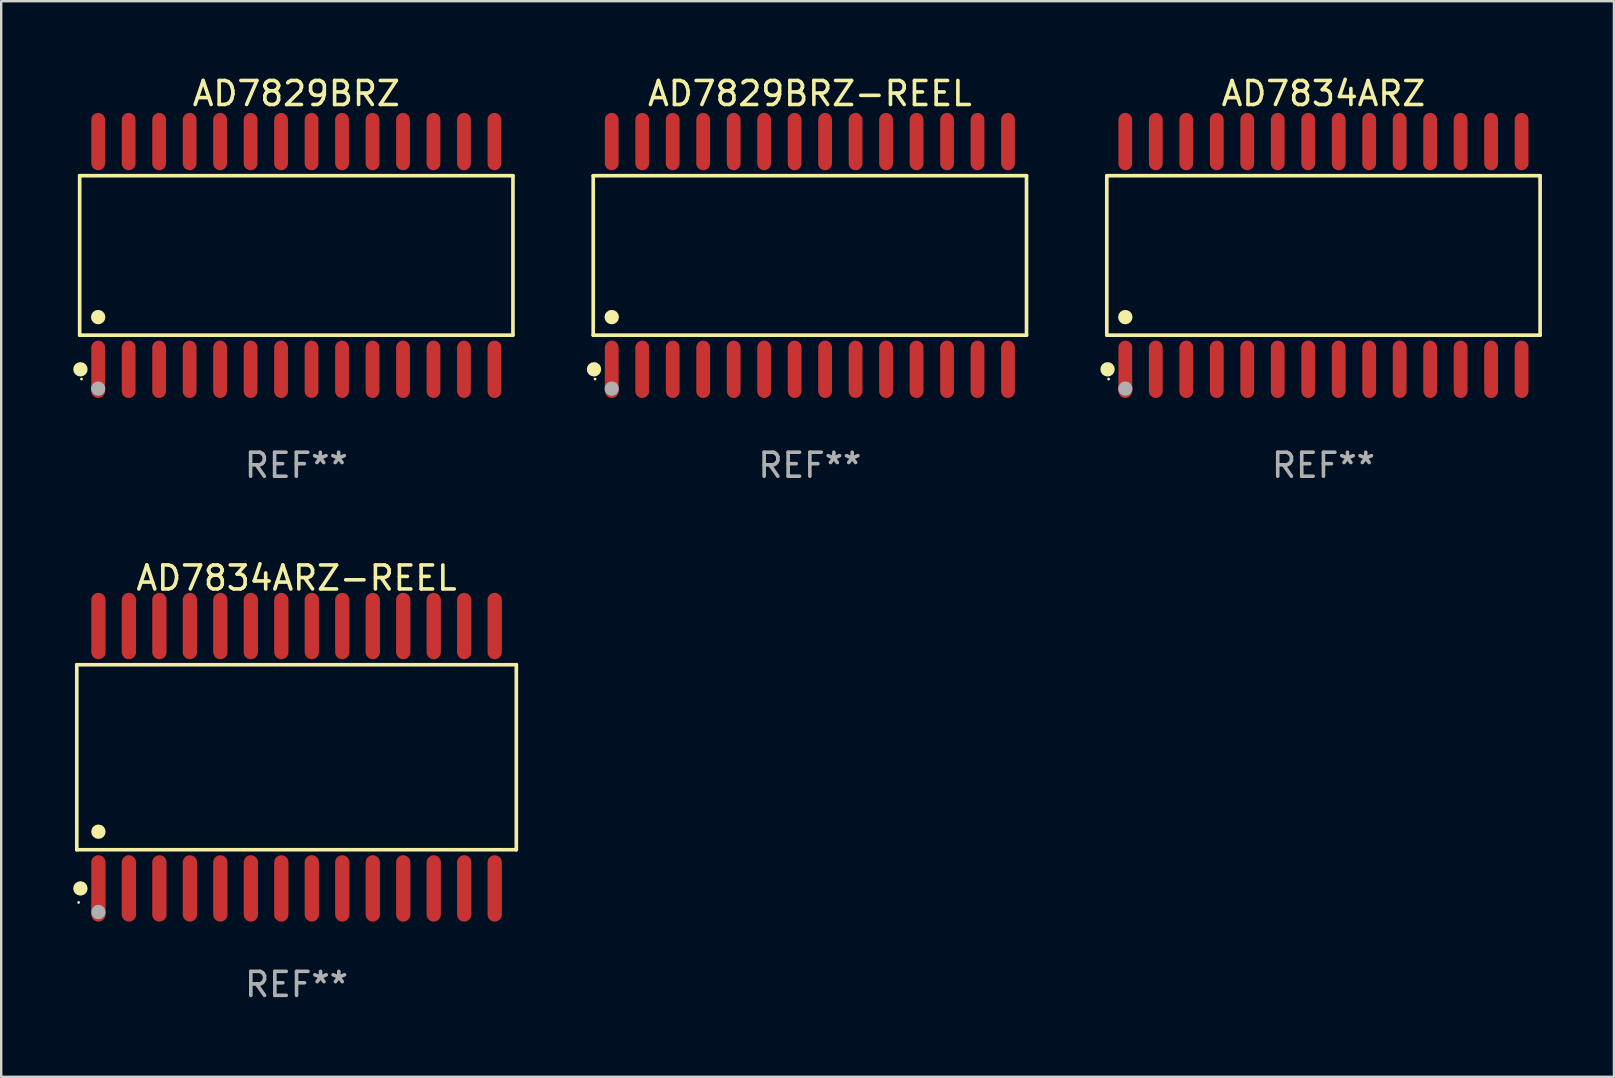
<source format=kicad_pcb>
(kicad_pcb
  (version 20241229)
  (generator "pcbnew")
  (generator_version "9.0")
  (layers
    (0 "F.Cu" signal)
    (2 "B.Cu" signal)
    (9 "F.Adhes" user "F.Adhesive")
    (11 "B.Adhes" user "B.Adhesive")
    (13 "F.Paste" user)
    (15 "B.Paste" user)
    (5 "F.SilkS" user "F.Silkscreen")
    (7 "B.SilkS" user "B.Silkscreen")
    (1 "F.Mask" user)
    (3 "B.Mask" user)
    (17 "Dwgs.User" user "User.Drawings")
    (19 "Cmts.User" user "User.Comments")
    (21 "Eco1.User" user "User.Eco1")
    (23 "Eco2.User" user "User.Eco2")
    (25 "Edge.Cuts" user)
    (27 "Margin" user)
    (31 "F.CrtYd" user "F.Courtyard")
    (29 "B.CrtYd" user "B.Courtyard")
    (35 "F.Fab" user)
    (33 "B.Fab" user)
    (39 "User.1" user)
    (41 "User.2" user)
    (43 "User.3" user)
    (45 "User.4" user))
  (footprint "AD7834ARZ"
    (layer "F.Cu")
    (at 52.088 7.592)
    (property "Reference" "AD7834ARZ" (at 0 -6.744 0) (layer "F.SilkS") (effects (font (size 1 1) (thickness 0.15))))
    (attr through_hole)
    (fp_line (start -9.026 -3.321) (end 9.026 -3.321) (stroke (width 0.152) (type solid)) (layer "F.SilkS"))
    (fp_line (start -9.026 3.321) (end -9.026 -3.321) (stroke (width 0.152) (type solid)) (layer "F.SilkS"))
    (fp_line (start 9.026 -3.321) (end 9.026 3.321) (stroke (width 0.152) (type solid)) (layer "F.SilkS"))
    (fp_line (start 9.026 3.321) (end -9.026 3.321) (stroke (width 0.152) (type solid)) (layer "F.SilkS"))
    (fp_circle (center -8.994 4.744) (end -8.844 4.744) (stroke (width 0.3) (type solid)) (fill no) (layer "F.SilkS"))
    (fp_circle (center -8.95 5.15) (end -8.92 5.15) (stroke (width 0.06) (type solid)) (fill no) (layer "F.SilkS"))
    (fp_circle (center -8.255 2.569) (end -8.105 2.569) (stroke (width 0.3) (type solid)) (fill no) (layer "F.SilkS"))
    (fp_circle (center -8.255 5.55) (end -8.105 5.55) (stroke (width 0.3) (type solid)) (fill no) (layer "F.Fab"))
    (fp_text user "REF**" (at 0 8.744 0) (layer "F.Fab") (effects (font (size 1 1) (thickness 0.15))))
    (pad "1" smd oval (at -8.255 4.744) (size 0.574 2.388) (layers "F.Cu" "F.Mask" "F.Paste"))
    (pad "2" smd oval (at -6.985 4.744) (size 0.574 2.388) (layers "F.Cu" "F.Mask" "F.Paste"))
    (pad "3" smd oval (at -5.715 4.744) (size 0.574 2.388) (layers "F.Cu" "F.Mask" "F.Paste"))
    (pad "4" smd oval (at -4.445 4.744) (size 0.574 2.388) (layers "F.Cu" "F.Mask" "F.Paste"))
    (pad "5" smd oval (at -3.175 4.744) (size 0.574 2.388) (layers "F.Cu" "F.Mask" "F.Paste"))
    (pad "6" smd oval (at -1.905 4.744) (size 0.574 2.388) (layers "F.Cu" "F.Mask" "F.Paste"))
    (pad "7" smd oval (at -0.635 4.744) (size 0.574 2.388) (layers "F.Cu" "F.Mask" "F.Paste"))
    (pad "8" smd oval (at 0.635 4.744) (size 0.574 2.388) (layers "F.Cu" "F.Mask" "F.Paste"))
    (pad "9" smd oval (at 1.905 4.744) (size 0.574 2.388) (layers "F.Cu" "F.Mask" "F.Paste"))
    (pad "10" smd oval (at 3.175 4.744) (size 0.574 2.388) (layers "F.Cu" "F.Mask" "F.Paste"))
    (pad "11" smd oval (at 4.445 4.744) (size 0.574 2.388) (layers "F.Cu" "F.Mask" "F.Paste"))
    (pad "12" smd oval (at 5.715 4.744) (size 0.574 2.388) (layers "F.Cu" "F.Mask" "F.Paste"))
    (pad "13" smd oval (at 6.985 4.744) (size 0.574 2.388) (layers "F.Cu" "F.Mask" "F.Paste"))
    (pad "14" smd oval (at 8.255 4.744) (size 0.574 2.388) (layers "F.Cu" "F.Mask" "F.Paste"))
    (pad "15" smd oval (at 8.255 -4.744) (size 0.574 2.388) (layers "F.Cu" "F.Mask" "F.Paste"))
    (pad "16" smd oval (at 6.985 -4.744) (size 0.574 2.388) (layers "F.Cu" "F.Mask" "F.Paste"))
    (pad "17" smd oval (at 5.715 -4.744) (size 0.574 2.388) (layers "F.Cu" "F.Mask" "F.Paste"))
    (pad "18" smd oval (at 4.445 -4.744) (size 0.574 2.388) (layers "F.Cu" "F.Mask" "F.Paste"))
    (pad "19" smd oval (at 3.175 -4.744) (size 0.574 2.388) (layers "F.Cu" "F.Mask" "F.Paste"))
    (pad "20" smd oval (at 1.905 -4.744) (size 0.574 2.388) (layers "F.Cu" "F.Mask" "F.Paste"))
    (pad "21" smd oval (at 0.635 -4.744) (size 0.574 2.388) (layers "F.Cu" "F.Mask" "F.Paste"))
    (pad "22" smd oval (at -0.635 -4.744) (size 0.574 2.388) (layers "F.Cu" "F.Mask" "F.Paste"))
    (pad "23" smd oval (at -1.905 -4.744) (size 0.574 2.388) (layers "F.Cu" "F.Mask" "F.Paste"))
    (pad "24" smd oval (at -3.175 -4.744) (size 0.574 2.388) (layers "F.Cu" "F.Mask" "F.Paste"))
    (pad "25" smd oval (at -4.445 -4.744) (size 0.574 2.388) (layers "F.Cu" "F.Mask" "F.Paste"))
    (pad "26" smd oval (at -5.715 -4.744) (size 0.574 2.388) (layers "F.Cu" "F.Mask" "F.Paste"))
    (pad "27" smd oval (at -6.985 -4.744) (size 0.574 2.388) (layers "F.Cu" "F.Mask" "F.Paste"))
    (pad "28" smd oval (at -8.255 -4.744) (size 0.574 2.388) (layers "F.Cu" "F.Mask" "F.Paste")))
  (footprint "AD7829BRZ"
    (layer "F.Cu")
    (at 9.295 7.592)
    (property "Reference" "AD7829BRZ" (at 0 -6.744 0) (layer "F.SilkS") (effects (font (size 1 1) (thickness 0.15))))
    (attr through_hole)
    (fp_line (start -9.026 -3.321) (end 9.026 -3.321) (stroke (width 0.152) (type solid)) (layer "F.SilkS"))
    (fp_line (start -9.026 3.321) (end -9.026 -3.321) (stroke (width 0.152) (type solid)) (layer "F.SilkS"))
    (fp_line (start 9.026 -3.321) (end 9.026 3.321) (stroke (width 0.152) (type solid)) (layer "F.SilkS"))
    (fp_line (start 9.026 3.321) (end -9.026 3.321) (stroke (width 0.152) (type solid)) (layer "F.SilkS"))
    (fp_circle (center -8.994 4.744) (end -8.844 4.744) (stroke (width 0.3) (type solid)) (fill no) (layer "F.SilkS"))
    (fp_circle (center -8.95 5.15) (end -8.92 5.15) (stroke (width 0.06) (type solid)) (fill no) (layer "F.SilkS"))
    (fp_circle (center -8.255 2.569) (end -8.105 2.569) (stroke (width 0.3) (type solid)) (fill no) (layer "F.SilkS"))
    (fp_circle (center -8.255 5.55) (end -8.105 5.55) (stroke (width 0.3) (type solid)) (fill no) (layer "F.Fab"))
    (fp_text user "REF**" (at 0 8.744 0) (layer "F.Fab") (effects (font (size 1 1) (thickness 0.15))))
    (pad "1" smd oval (at -8.255 4.744) (size 0.574 2.388) (layers "F.Cu" "F.Mask" "F.Paste"))
    (pad "2" smd oval (at -6.985 4.744) (size 0.574 2.388) (layers "F.Cu" "F.Mask" "F.Paste"))
    (pad "3" smd oval (at -5.715 4.744) (size 0.574 2.388) (layers "F.Cu" "F.Mask" "F.Paste"))
    (pad "4" smd oval (at -4.445 4.744) (size 0.574 2.388) (layers "F.Cu" "F.Mask" "F.Paste"))
    (pad "5" smd oval (at -3.175 4.744) (size 0.574 2.388) (layers "F.Cu" "F.Mask" "F.Paste"))
    (pad "6" smd oval (at -1.905 4.744) (size 0.574 2.388) (layers "F.Cu" "F.Mask" "F.Paste"))
    (pad "7" smd oval (at -0.635 4.744) (size 0.574 2.388) (layers "F.Cu" "F.Mask" "F.Paste"))
    (pad "8" smd oval (at 0.635 4.744) (size 0.574 2.388) (layers "F.Cu" "F.Mask" "F.Paste"))
    (pad "9" smd oval (at 1.905 4.744) (size 0.574 2.388) (layers "F.Cu" "F.Mask" "F.Paste"))
    (pad "10" smd oval (at 3.175 4.744) (size 0.574 2.388) (layers "F.Cu" "F.Mask" "F.Paste"))
    (pad "11" smd oval (at 4.445 4.744) (size 0.574 2.388) (layers "F.Cu" "F.Mask" "F.Paste"))
    (pad "12" smd oval (at 5.715 4.744) (size 0.574 2.388) (layers "F.Cu" "F.Mask" "F.Paste"))
    (pad "13" smd oval (at 6.985 4.744) (size 0.574 2.388) (layers "F.Cu" "F.Mask" "F.Paste"))
    (pad "14" smd oval (at 8.255 4.744) (size 0.574 2.388) (layers "F.Cu" "F.Mask" "F.Paste"))
    (pad "15" smd oval (at 8.255 -4.744) (size 0.574 2.388) (layers "F.Cu" "F.Mask" "F.Paste"))
    (pad "16" smd oval (at 6.985 -4.744) (size 0.574 2.388) (layers "F.Cu" "F.Mask" "F.Paste"))
    (pad "17" smd oval (at 5.715 -4.744) (size 0.574 2.388) (layers "F.Cu" "F.Mask" "F.Paste"))
    (pad "18" smd oval (at 4.445 -4.744) (size 0.574 2.388) (layers "F.Cu" "F.Mask" "F.Paste"))
    (pad "19" smd oval (at 3.175 -4.744) (size 0.574 2.388) (layers "F.Cu" "F.Mask" "F.Paste"))
    (pad "20" smd oval (at 1.905 -4.744) (size 0.574 2.388) (layers "F.Cu" "F.Mask" "F.Paste"))
    (pad "21" smd oval (at 0.635 -4.744) (size 0.574 2.388) (layers "F.Cu" "F.Mask" "F.Paste"))
    (pad "22" smd oval (at -0.635 -4.744) (size 0.574 2.388) (layers "F.Cu" "F.Mask" "F.Paste"))
    (pad "23" smd oval (at -1.905 -4.744) (size 0.574 2.388) (layers "F.Cu" "F.Mask" "F.Paste"))
    (pad "24" smd oval (at -3.175 -4.744) (size 0.574 2.388) (layers "F.Cu" "F.Mask" "F.Paste"))
    (pad "25" smd oval (at -4.445 -4.744) (size 0.574 2.388) (layers "F.Cu" "F.Mask" "F.Paste"))
    (pad "26" smd oval (at -5.715 -4.744) (size 0.574 2.388) (layers "F.Cu" "F.Mask" "F.Paste"))
    (pad "27" smd oval (at -6.985 -4.744) (size 0.574 2.388) (layers "F.Cu" "F.Mask" "F.Paste"))
    (pad "28" smd oval (at -8.255 -4.744) (size 0.574 2.388) (layers "F.Cu" "F.Mask" "F.Paste")))
  (footprint "AD7829BRZ-REEL"
    (layer "F.Cu")
    (at 30.691 7.592)
    (property "Reference" "AD7829BRZ-REEL" (at 0 -6.744 0) (layer "F.SilkS") (effects (font (size 1 1) (thickness 0.15))))
    (attr through_hole)
    (fp_line (start -9.026 -3.321) (end 9.026 -3.321) (stroke (width 0.152) (type solid)) (layer "F.SilkS"))
    (fp_line (start -9.026 3.321) (end -9.026 -3.321) (stroke (width 0.152) (type solid)) (layer "F.SilkS"))
    (fp_line (start 9.026 -3.321) (end 9.026 3.321) (stroke (width 0.152) (type solid)) (layer "F.SilkS"))
    (fp_line (start 9.026 3.321) (end -9.026 3.321) (stroke (width 0.152) (type solid)) (layer "F.SilkS"))
    (fp_circle (center -8.994 4.744) (end -8.844 4.744) (stroke (width 0.3) (type solid)) (fill no) (layer "F.SilkS"))
    (fp_circle (center -8.95 5.15) (end -8.92 5.15) (stroke (width 0.06) (type solid)) (fill no) (layer "F.SilkS"))
    (fp_circle (center -8.255 2.569) (end -8.105 2.569) (stroke (width 0.3) (type solid)) (fill no) (layer "F.SilkS"))
    (fp_circle (center -8.255 5.55) (end -8.105 5.55) (stroke (width 0.3) (type solid)) (fill no) (layer "F.Fab"))
    (fp_text user "REF**" (at 0 8.744 0) (layer "F.Fab") (effects (font (size 1 1) (thickness 0.15))))
    (pad "1" smd oval (at -8.255 4.744) (size 0.574 2.388) (layers "F.Cu" "F.Mask" "F.Paste"))
    (pad "2" smd oval (at -6.985 4.744) (size 0.574 2.388) (layers "F.Cu" "F.Mask" "F.Paste"))
    (pad "3" smd oval (at -5.715 4.744) (size 0.574 2.388) (layers "F.Cu" "F.Mask" "F.Paste"))
    (pad "4" smd oval (at -4.445 4.744) (size 0.574 2.388) (layers "F.Cu" "F.Mask" "F.Paste"))
    (pad "5" smd oval (at -3.175 4.744) (size 0.574 2.388) (layers "F.Cu" "F.Mask" "F.Paste"))
    (pad "6" smd oval (at -1.905 4.744) (size 0.574 2.388) (layers "F.Cu" "F.Mask" "F.Paste"))
    (pad "7" smd oval (at -0.635 4.744) (size 0.574 2.388) (layers "F.Cu" "F.Mask" "F.Paste"))
    (pad "8" smd oval (at 0.635 4.744) (size 0.574 2.388) (layers "F.Cu" "F.Mask" "F.Paste"))
    (pad "9" smd oval (at 1.905 4.744) (size 0.574 2.388) (layers "F.Cu" "F.Mask" "F.Paste"))
    (pad "10" smd oval (at 3.175 4.744) (size 0.574 2.388) (layers "F.Cu" "F.Mask" "F.Paste"))
    (pad "11" smd oval (at 4.445 4.744) (size 0.574 2.388) (layers "F.Cu" "F.Mask" "F.Paste"))
    (pad "12" smd oval (at 5.715 4.744) (size 0.574 2.388) (layers "F.Cu" "F.Mask" "F.Paste"))
    (pad "13" smd oval (at 6.985 4.744) (size 0.574 2.388) (layers "F.Cu" "F.Mask" "F.Paste"))
    (pad "14" smd oval (at 8.255 4.744) (size 0.574 2.388) (layers "F.Cu" "F.Mask" "F.Paste"))
    (pad "15" smd oval (at 8.255 -4.744) (size 0.574 2.388) (layers "F.Cu" "F.Mask" "F.Paste"))
    (pad "16" smd oval (at 6.985 -4.744) (size 0.574 2.388) (layers "F.Cu" "F.Mask" "F.Paste"))
    (pad "17" smd oval (at 5.715 -4.744) (size 0.574 2.388) (layers "F.Cu" "F.Mask" "F.Paste"))
    (pad "18" smd oval (at 4.445 -4.744) (size 0.574 2.388) (layers "F.Cu" "F.Mask" "F.Paste"))
    (pad "19" smd oval (at 3.175 -4.744) (size 0.574 2.388) (layers "F.Cu" "F.Mask" "F.Paste"))
    (pad "20" smd oval (at 1.905 -4.744) (size 0.574 2.388) (layers "F.Cu" "F.Mask" "F.Paste"))
    (pad "21" smd oval (at 0.635 -4.744) (size 0.574 2.388) (layers "F.Cu" "F.Mask" "F.Paste"))
    (pad "22" smd oval (at -0.635 -4.744) (size 0.574 2.388) (layers "F.Cu" "F.Mask" "F.Paste"))
    (pad "23" smd oval (at -1.905 -4.744) (size 0.574 2.388) (layers "F.Cu" "F.Mask" "F.Paste"))
    (pad "24" smd oval (at -3.175 -4.744) (size 0.574 2.388) (layers "F.Cu" "F.Mask" "F.Paste"))
    (pad "25" smd oval (at -4.445 -4.744) (size 0.574 2.388) (layers "F.Cu" "F.Mask" "F.Paste"))
    (pad "26" smd oval (at -5.715 -4.744) (size 0.574 2.388) (layers "F.Cu" "F.Mask" "F.Paste"))
    (pad "27" smd oval (at -6.985 -4.744) (size 0.574 2.388) (layers "F.Cu" "F.Mask" "F.Paste"))
    (pad "28" smd oval (at -8.255 -4.744) (size 0.574 2.388) (layers "F.Cu" "F.Mask" "F.Paste")))
  (footprint "AD7834ARZ-REEL"
    (layer "F.Cu")
    (at 9.305 28.498)
    (property "Reference" "AD7834ARZ-REEL" (at 0 -7.466 0) (layer "F.SilkS") (effects (font (size 1 1) (thickness 0.15))))
    (attr through_hole)
    (fp_line (start -9.156 -3.854) (end 9.156 -3.854) (stroke (width 0.152) (type solid)) (layer "F.SilkS"))
    (fp_line (start -9.156 3.854) (end -9.156 -3.854) (stroke (width 0.152) (type solid)) (layer "F.SilkS"))
    (fp_line (start 9.156 -3.854) (end 9.156 3.854) (stroke (width 0.152) (type solid)) (layer "F.SilkS"))
    (fp_line (start 9.156 3.854) (end -9.156 3.854) (stroke (width 0.152) (type solid)) (layer "F.SilkS"))
    (fp_circle (center -9.08 6.05) (end -9.05 6.05) (stroke (width 0.06) (type solid)) (fill no) (layer "F.SilkS"))
    (fp_circle (center -9.005 5.466) (end -8.855 5.466) (stroke (width 0.3) (type solid)) (fill no) (layer "F.SilkS"))
    (fp_circle (center -8.255 3.102) (end -8.105 3.102) (stroke (width 0.3) (type solid)) (fill no) (layer "F.SilkS"))
    (fp_circle (center -8.255 6.45) (end -8.105 6.45) (stroke (width 0.3) (type solid)) (fill no) (layer "F.Fab"))
    (fp_text user "REF**" (at 0 9.466 0) (layer "F.Fab") (effects (font (size 1 1) (thickness 0.15))))
    (pad "1" smd oval (at -8.255 5.466) (size 0.595 2.766) (layers "F.Cu" "F.Mask" "F.Paste"))
    (pad "2" smd oval (at -6.985 5.466) (size 0.595 2.766) (layers "F.Cu" "F.Mask" "F.Paste"))
    (pad "3" smd oval (at -5.715 5.466) (size 0.595 2.766) (layers "F.Cu" "F.Mask" "F.Paste"))
    (pad "4" smd oval (at -4.445 5.466) (size 0.595 2.766) (layers "F.Cu" "F.Mask" "F.Paste"))
    (pad "5" smd oval (at -3.175 5.466) (size 0.595 2.766) (layers "F.Cu" "F.Mask" "F.Paste"))
    (pad "6" smd oval (at -1.905 5.466) (size 0.595 2.766) (layers "F.Cu" "F.Mask" "F.Paste"))
    (pad "7" smd oval (at -0.635 5.466) (size 0.595 2.766) (layers "F.Cu" "F.Mask" "F.Paste"))
    (pad "8" smd oval (at 0.635 5.466) (size 0.595 2.766) (layers "F.Cu" "F.Mask" "F.Paste"))
    (pad "9" smd oval (at 1.905 5.466) (size 0.595 2.766) (layers "F.Cu" "F.Mask" "F.Paste"))
    (pad "10" smd oval (at 3.175 5.466) (size 0.595 2.766) (layers "F.Cu" "F.Mask" "F.Paste"))
    (pad "11" smd oval (at 4.445 5.466) (size 0.595 2.766) (layers "F.Cu" "F.Mask" "F.Paste"))
    (pad "12" smd oval (at 5.715 5.466) (size 0.595 2.766) (layers "F.Cu" "F.Mask" "F.Paste"))
    (pad "13" smd oval (at 6.985 5.466) (size 0.595 2.766) (layers "F.Cu" "F.Mask" "F.Paste"))
    (pad "14" smd oval (at 8.255 5.466) (size 0.595 2.766) (layers "F.Cu" "F.Mask" "F.Paste"))
    (pad "15" smd oval (at 8.255 -5.466) (size 0.595 2.766) (layers "F.Cu" "F.Mask" "F.Paste"))
    (pad "16" smd oval (at 6.985 -5.466) (size 0.595 2.766) (layers "F.Cu" "F.Mask" "F.Paste"))
    (pad "17" smd oval (at 5.715 -5.466) (size 0.595 2.766) (layers "F.Cu" "F.Mask" "F.Paste"))
    (pad "18" smd oval (at 4.445 -5.466) (size 0.595 2.766) (layers "F.Cu" "F.Mask" "F.Paste"))
    (pad "19" smd oval (at 3.175 -5.466) (size 0.595 2.766) (layers "F.Cu" "F.Mask" "F.Paste"))
    (pad "20" smd oval (at 1.905 -5.466) (size 0.595 2.766) (layers "F.Cu" "F.Mask" "F.Paste"))
    (pad "21" smd oval (at 0.635 -5.466) (size 0.595 2.766) (layers "F.Cu" "F.Mask" "F.Paste"))
    (pad "22" smd oval (at -0.635 -5.466) (size 0.595 2.766) (layers "F.Cu" "F.Mask" "F.Paste"))
    (pad "23" smd oval (at -1.905 -5.466) (size 0.595 2.766) (layers "F.Cu" "F.Mask" "F.Paste"))
    (pad "24" smd oval (at -3.175 -5.466) (size 0.595 2.766) (layers "F.Cu" "F.Mask" "F.Paste"))
    (pad "25" smd oval (at -4.445 -5.466) (size 0.595 2.766) (layers "F.Cu" "F.Mask" "F.Paste"))
    (pad "26" smd oval (at -5.715 -5.466) (size 0.595 2.766) (layers "F.Cu" "F.Mask" "F.Paste"))
    (pad "27" smd oval (at -6.985 -5.466) (size 0.595 2.766) (layers "F.Cu" "F.Mask" "F.Paste"))
    (pad "28" smd oval (at -8.255 -5.466) (size 0.595 2.766) (layers "F.Cu" "F.Mask" "F.Paste")))
  (gr_rect
    (start -3 -3)
    (end 64.191 41.812)
    (stroke (width 0.1) (type default))
    (fill no)
    (layer "Edge.Cuts")))
</source>
